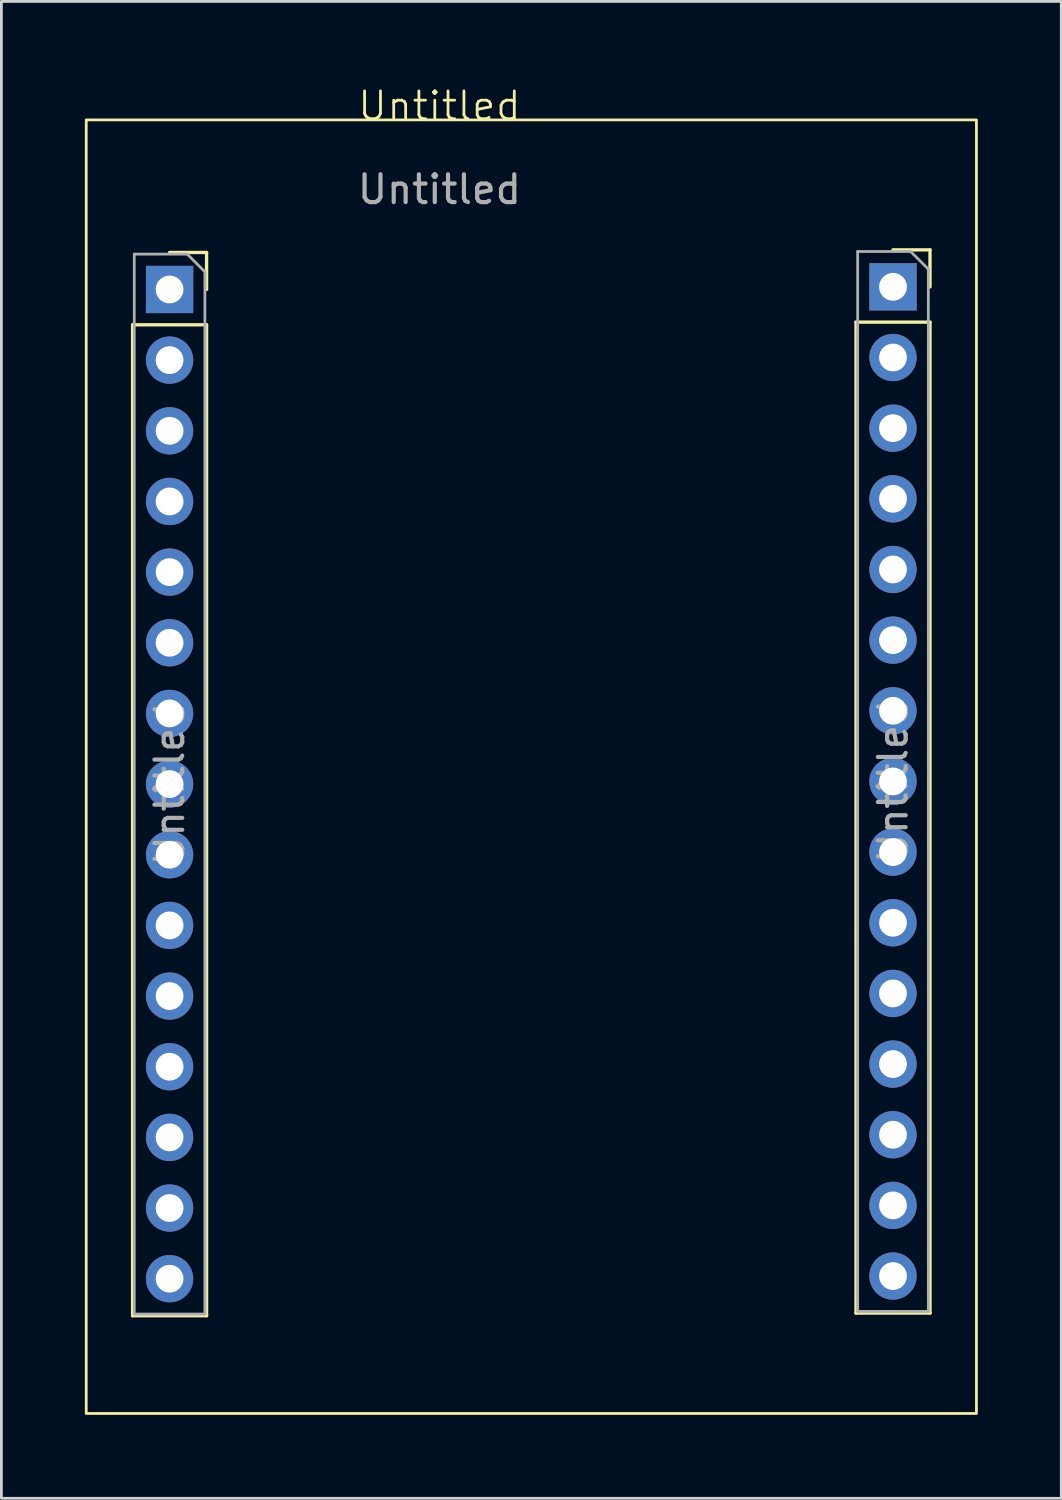
<source format=kicad_pcb>
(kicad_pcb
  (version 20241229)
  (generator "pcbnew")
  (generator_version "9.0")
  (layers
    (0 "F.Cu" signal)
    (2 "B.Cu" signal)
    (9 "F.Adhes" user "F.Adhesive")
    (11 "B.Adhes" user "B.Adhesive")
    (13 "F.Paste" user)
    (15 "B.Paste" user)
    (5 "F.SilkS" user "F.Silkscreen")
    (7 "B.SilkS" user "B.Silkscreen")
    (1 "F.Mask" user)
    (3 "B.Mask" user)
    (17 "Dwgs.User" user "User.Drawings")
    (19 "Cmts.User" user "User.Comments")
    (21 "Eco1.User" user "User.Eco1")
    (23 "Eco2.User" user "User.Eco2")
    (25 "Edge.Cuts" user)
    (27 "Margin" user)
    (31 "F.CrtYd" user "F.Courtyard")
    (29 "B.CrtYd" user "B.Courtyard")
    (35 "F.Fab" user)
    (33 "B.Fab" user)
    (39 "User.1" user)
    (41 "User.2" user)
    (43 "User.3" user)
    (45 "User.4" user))
  (footprint "Untitled"
    (layer "F.Cu")
    (at 12.746 1.26)
    (property "Reference" "Untitled" (at 0 -0.5 0) (unlocked yes) (layer "F.SilkS") (effects (font (size 1 1) (thickness 0.1))))
    (attr smd)
    (fp_line (start -11.03 7.366) (end -11.03 42.986) (stroke (width 0.12) (type solid)) (layer "F.SilkS"))
    (fp_line (start -11.03 7.366) (end -8.37 7.366) (stroke (width 0.12) (type solid)) (layer "F.SilkS"))
    (fp_line (start -11.03 42.986) (end -8.37 42.986) (stroke (width 0.12) (type solid)) (layer "F.SilkS"))
    (fp_line (start -9.7 4.766) (end -8.37 4.766) (stroke (width 0.12) (type solid)) (layer "F.SilkS"))
    (fp_line (start -8.37 4.766) (end -8.37 6.096) (stroke (width 0.12) (type solid)) (layer "F.SilkS"))
    (fp_line (start -8.37 7.366) (end -8.37 42.986) (stroke (width 0.12) (type solid)) (layer "F.SilkS"))
    (fp_line (start 14.975 7.271) (end 14.975 42.891) (stroke (width 0.12) (type solid)) (layer "F.SilkS"))
    (fp_line (start 14.975 7.271) (end 17.635 7.271) (stroke (width 0.12) (type solid)) (layer "F.SilkS"))
    (fp_line (start 14.975 42.891) (end 17.635 42.891) (stroke (width 0.12) (type solid)) (layer "F.SilkS"))
    (fp_line (start 16.305 4.671) (end 17.635 4.671) (stroke (width 0.12) (type solid)) (layer "F.SilkS"))
    (fp_line (start 17.635 4.671) (end 17.635 6.001) (stroke (width 0.12) (type solid)) (layer "F.SilkS"))
    (fp_line (start 17.635 7.271) (end 17.635 42.891) (stroke (width 0.12) (type solid)) (layer "F.SilkS"))
    (fp_rect (start -12.696 0) (end 19.304 46.5) (stroke (width 0.1) (type solid)) (fill no) (layer "F.SilkS"))
    (fp_line (start -10.97 4.826) (end -9.065 4.826) (stroke (width 0.1) (type solid)) (layer "F.Fab"))
    (fp_line (start -10.97 42.926) (end -10.97 4.826) (stroke (width 0.1) (type solid)) (layer "F.Fab"))
    (fp_line (start -9.065 4.826) (end -8.43 5.461) (stroke (width 0.1) (type solid)) (layer "F.Fab"))
    (fp_line (start -8.43 5.461) (end -8.43 42.926) (stroke (width 0.1) (type solid)) (layer "F.Fab"))
    (fp_line (start -8.43 42.926) (end -10.97 42.926) (stroke (width 0.1) (type solid)) (layer "F.Fab"))
    (fp_line (start 15.035 4.731) (end 16.94 4.731) (stroke (width 0.1) (type solid)) (layer "F.Fab"))
    (fp_line (start 15.035 42.831) (end 15.035 4.731) (stroke (width 0.1) (type solid)) (layer "F.Fab"))
    (fp_line (start 16.94 4.731) (end 17.575 5.366) (stroke (width 0.1) (type solid)) (layer "F.Fab"))
    (fp_line (start 17.575 5.366) (end 17.575 42.831) (stroke (width 0.1) (type solid)) (layer "F.Fab"))
    (fp_line (start 17.575 42.831) (end 15.035 42.831) (stroke (width 0.1) (type solid)) (layer "F.Fab"))
    (fp_text user "${REFERENCE}" (at -9.7 23.876 90) (layer "F.Fab") (effects (font (size 1 1) (thickness 0.15))))
    (fp_text user "${REFERENCE}" (at 0 2.5 0) (unlocked yes) (layer "F.Fab") (effects (font (size 1 1) (thickness 0.15))))
    (fp_text user "${REFERENCE}" (at 16.305 23.781 90) (layer "F.Fab") (effects (font (size 1 1) (thickness 0.15))))
    (pad "1" thru_hole rect (at 16.305 6.001) (size 1.7 1.7) (drill 1) (layers "*.Cu" "*.Mask"))
    (pad "2" thru_hole circle (at 16.305 41.561) (size 1.7 1.7) (drill 1) (layers "*.Cu" "*.Mask"))
    (pad "3" thru_hole circle (at -9.7 21.336) (size 1.7 1.7) (drill 1) (layers "*.Cu" "*.Mask"))
    (pad "4" thru_hole circle (at -9.7 23.876) (size 1.7 1.7) (drill 1) (layers "*.Cu" "*.Mask"))
    (pad "5" thru_hole circle (at -9.7 34.036) (size 1.7 1.7) (drill 1) (layers "*.Cu" "*.Mask"))
    (pad "6" thru_hole circle (at -9.7 36.576) (size 1.7 1.7) (drill 1) (layers "*.Cu" "*.Mask"))
    (pad "7" thru_hole circle (at -9.7 39.116) (size 1.7 1.7) (drill 1) (layers "*.Cu" "*.Mask"))
    (pad "8" thru_hole circle (at -9.7 41.656) (size 1.7 1.7) (drill 1) (layers "*.Cu" "*.Mask"))
    (pad "9" thru_hole circle (at 16.305 26.321) (size 1.7 1.7) (drill 1) (layers "*.Cu" "*.Mask"))
    (pad "10" thru_hole circle (at 16.305 28.861) (size 1.7 1.7) (drill 1) (layers "*.Cu" "*.Mask"))
    (pad "11" thru_hole circle (at 16.305 31.401) (size 1.7 1.7) (drill 1) (layers "*.Cu" "*.Mask"))
    (pad "12" thru_hole circle (at 16.305 33.941) (size 1.7 1.7) (drill 1) (layers "*.Cu" "*.Mask"))
    (pad "13" thru_hole rect (at -9.7 6.096) (size 1.7 1.7) (drill 1) (layers "*.Cu" "*.Mask"))
    (pad "14" thru_hole circle (at -9.7 8.636) (size 1.7 1.7) (drill 1) (layers "*.Cu" "*.Mask"))
    (pad "15" thru_hole circle (at -9.7 11.176) (size 1.7 1.7) (drill 1) (layers "*.Cu" "*.Mask"))
    (pad "15" thru_hole circle (at -9.7 13.716) (size 1.7 1.7) (drill 1) (layers "*.Cu" "*.Mask"))
    (pad "15" thru_hole circle (at -9.7 16.256) (size 1.7 1.7) (drill 1) (layers "*.Cu" "*.Mask"))
    (pad "15" thru_hole circle (at -9.7 18.796) (size 1.7 1.7) (drill 1) (layers "*.Cu" "*.Mask"))
    (pad "15" thru_hole circle (at -9.7 26.416) (size 1.7 1.7) (drill 1) (layers "*.Cu" "*.Mask"))
    (pad "15" thru_hole circle (at -9.7 28.956) (size 1.7 1.7) (drill 1) (layers "*.Cu" "*.Mask"))
    (pad "15" thru_hole circle (at -9.7 31.496) (size 1.7 1.7) (drill 1) (layers "*.Cu" "*.Mask"))
    (pad "15" thru_hole circle (at 16.305 8.541) (size 1.7 1.7) (drill 1) (layers "*.Cu" "*.Mask"))
    (pad "15" thru_hole circle (at 16.305 11.081) (size 1.7 1.7) (drill 1) (layers "*.Cu" "*.Mask"))
    (pad "15" thru_hole circle (at 16.305 13.621) (size 1.7 1.7) (drill 1) (layers "*.Cu" "*.Mask"))
    (pad "15" thru_hole circle (at 16.305 16.161) (size 1.7 1.7) (drill 1) (layers "*.Cu" "*.Mask"))
    (pad "15" thru_hole circle (at 16.305 18.701) (size 1.7 1.7) (drill 1) (layers "*.Cu" "*.Mask"))
    (pad "15" thru_hole circle (at 16.305 21.241) (size 1.7 1.7) (drill 1) (layers "*.Cu" "*.Mask"))
    (pad "15" thru_hole circle (at 16.305 23.781) (size 1.7 1.7) (drill 1) (layers "*.Cu" "*.Mask"))
    (pad "15" thru_hole circle (at 16.305 36.481) (size 1.7 1.7) (drill 1) (layers "*.Cu" "*.Mask"))
    (pad "15" thru_hole circle (at 16.305 39.021) (size 1.7 1.7) (drill 1) (layers "*.Cu" "*.Mask")))
  (gr_rect
    (start -3 -3)
    (end 35.1 50.81)
    (stroke (width 0.1) (type default))
    (fill no)
    (layer "Edge.Cuts")))
</source>
